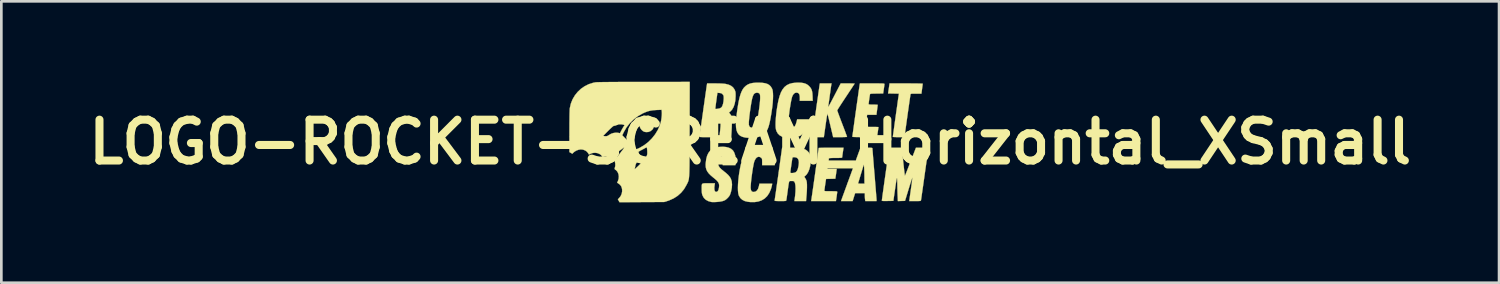
<source format=kicad_pcb>
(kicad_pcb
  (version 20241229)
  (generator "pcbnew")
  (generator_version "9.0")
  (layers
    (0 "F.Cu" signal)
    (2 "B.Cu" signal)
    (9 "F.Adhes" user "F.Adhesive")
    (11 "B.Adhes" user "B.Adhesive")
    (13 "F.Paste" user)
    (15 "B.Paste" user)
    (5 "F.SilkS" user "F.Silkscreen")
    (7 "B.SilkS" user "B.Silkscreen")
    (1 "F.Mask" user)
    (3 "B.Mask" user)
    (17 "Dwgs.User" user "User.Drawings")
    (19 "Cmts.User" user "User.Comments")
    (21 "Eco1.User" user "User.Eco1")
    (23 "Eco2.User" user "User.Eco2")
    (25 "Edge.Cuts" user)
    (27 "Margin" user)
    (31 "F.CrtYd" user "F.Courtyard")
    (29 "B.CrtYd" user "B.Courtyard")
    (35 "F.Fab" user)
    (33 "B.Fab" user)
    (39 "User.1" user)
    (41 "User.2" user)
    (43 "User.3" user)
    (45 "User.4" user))
  (footprint "LOGO-ROCKET-SCREAM_Horizontal_XSmall"
    (layer "F.Cu")
    (at 24.936 2.249)
    (property "Reference" "LOGO-ROCKET-SCREAM_Horizontal_XSmall" (at 0 0 0) (layer "F.SilkS") (effects (font (size 1.524 1.524) (thickness 0.3))))
    (attr through_hole)
    (fp_poly (pts (xy -3.814 -0.914) (xy -3.732 -0.889) (xy -3.729 -0.887) (xy -3.665 -0.842) (xy -3.618 -0.779) (xy -3.591 -0.706) (xy -3.584 -0.628) (xy -3.598 -0.552) (xy -3.635 -0.483) (xy -3.645 -0.47) (xy -3.714 -0.411) (xy -3.794 -0.377) (xy -3.881 -0.371) (xy -3.948 -0.383) (xy -4.002 -0.41) (xy -4.054 -0.457) (xy -4.096 -0.515) (xy -4.119 -0.568) (xy -4.13 -0.651) (xy -4.116 -0.729) (xy -4.082 -0.797) (xy -4.031 -0.852) (xy -3.967 -0.892) (xy -3.893 -0.914) (xy -3.814 -0.914)) (stroke (width 0.01) (type solid)) (fill yes) (layer "F.SilkS"))
    (fp_poly (pts (xy 5.945 -2.187) (xy 6.065 -2.186) (xy 6.173 -2.185) (xy 6.266 -2.184) (xy 6.342 -2.182) (xy 6.397 -2.18) (xy 6.428 -2.178) (xy 6.435 -2.177) (xy 6.433 -2.159) (xy 6.429 -2.12) (xy 6.421 -2.064) (xy 6.412 -1.996) (xy 6.411 -1.986) (xy 6.387 -1.806) (xy 6.187 -1.806) (xy 6.108 -1.806) (xy 6.053 -1.805) (xy 6.017 -1.803) (xy 5.996 -1.798) (xy 5.985 -1.791) (xy 5.98 -1.78) (xy 5.979 -1.774) (xy 5.975 -1.755) (xy 5.969 -1.71) (xy 5.959 -1.642) (xy 5.946 -1.555) (xy 5.931 -1.45) (xy 5.914 -1.33) (xy 5.895 -1.198) (xy 5.875 -1.057) (xy 5.862 -0.963) (xy 5.753 -0.183) (xy 5.536 -0.183) (xy 5.462 -0.184) (xy 5.398 -0.186) (xy 5.351 -0.188) (xy 5.324 -0.192) (xy 5.32 -0.194) (xy 5.322 -0.21) (xy 5.327 -0.251) (xy 5.336 -0.313) (xy 5.347 -0.394) (xy 5.361 -0.491) (xy 5.376 -0.6) (xy 5.392 -0.719) (xy 5.41 -0.844) (xy 5.428 -0.972) (xy 5.446 -1.101) (xy 5.464 -1.226) (xy 5.481 -1.345) (xy 5.496 -1.456) (xy 5.51 -1.554) (xy 5.522 -1.636) (xy 5.532 -1.7) (xy 5.538 -1.743) (xy 5.541 -1.76) (xy 5.549 -1.805) (xy 5.346 -1.809) (xy 5.143 -1.813) (xy 5.198 -2.187) (xy 5.816 -2.187) (xy 5.945 -2.187)) (stroke (width 0.01) (type solid)) (fill yes) (layer "F.SilkS"))
    (fp_poly (pts (xy 4.421 0.212) (xy 4.481 0.213) (xy 4.521 0.216) (xy 4.545 0.22) (xy 4.556 0.227) (xy 4.558 0.233) (xy 4.559 0.251) (xy 4.562 0.294) (xy 4.568 0.36) (xy 4.575 0.448) (xy 4.583 0.554) (xy 4.593 0.676) (xy 4.604 0.813) (xy 4.616 0.96) (xy 4.629 1.117) (xy 4.636 1.193) (xy 4.649 1.354) (xy 4.661 1.507) (xy 4.673 1.65) (xy 4.683 1.78) (xy 4.693 1.896) (xy 4.7 1.994) (xy 4.707 2.073) (xy 4.711 2.129) (xy 4.713 2.161) (xy 4.713 2.166) (xy 4.713 2.201) (xy 4.293 2.201) (xy 4.285 2.148) (xy 4.28 2.106) (xy 4.277 2.049) (xy 4.276 2) (xy 4.276 1.905) (xy 3.914 1.905) (xy 3.821 2.201) (xy 3.388 2.201) (xy 3.44 2.056) (xy 3.454 2.017) (xy 3.477 1.954) (xy 3.508 1.87) (xy 3.545 1.768) (xy 3.588 1.65) (xy 3.63 1.535) (xy 4.025 1.535) (xy 4.029 1.544) (xy 4.052 1.549) (xy 4.097 1.552) (xy 4.14 1.552) (xy 4.262 1.552) (xy 4.26 1.295) (xy 4.259 1.203) (xy 4.257 1.113) (xy 4.254 1.031) (xy 4.251 0.965) (xy 4.249 0.931) (xy 4.24 0.826) (xy 4.136 1.171) (xy 4.107 1.266) (xy 4.081 1.352) (xy 4.059 1.426) (xy 4.041 1.483) (xy 4.029 1.521) (xy 4.025 1.535) (xy 3.63 1.535) (xy 3.635 1.52) (xy 3.687 1.379) (xy 3.741 1.232) (xy 3.796 1.08) (xy 3.803 1.061) (xy 4.113 0.212) (xy 4.336 0.212) (xy 4.421 0.212)) (stroke (width 0.01) (type solid)) (fill yes) (layer "F.SilkS"))
    (fp_poly (pts (xy 0.476 0.178) (xy 0.505 0.182) (xy 0.626 0.21) (xy 0.726 0.257) (xy 0.805 0.322) (xy 0.865 0.407) (xy 0.889 0.461) (xy 0.911 0.542) (xy 0.926 0.636) (xy 0.93 0.729) (xy 0.925 0.796) (xy 0.915 0.861) (xy 0.445 0.861) (xy 0.445 0.74) (xy 0.444 0.68) (xy 0.441 0.642) (xy 0.434 0.617) (xy 0.421 0.599) (xy 0.405 0.584) (xy 0.352 0.554) (xy 0.3 0.55) (xy 0.251 0.571) (xy 0.206 0.617) (xy 0.167 0.686) (xy 0.148 0.738) (xy 0.133 0.799) (xy 0.116 0.881) (xy 0.099 0.979) (xy 0.081 1.088) (xy 0.065 1.204) (xy 0.049 1.32) (xy 0.036 1.431) (xy 0.026 1.534) (xy 0.019 1.621) (xy 0.016 1.69) (xy 0.017 1.719) (xy 0.028 1.788) (xy 0.051 1.833) (xy 0.088 1.857) (xy 0.132 1.862) (xy 0.197 1.849) (xy 0.25 1.81) (xy 0.292 1.746) (xy 0.322 1.655) (xy 0.327 1.633) (xy 0.344 1.552) (xy 0.821 1.552) (xy 0.811 1.611) (xy 0.801 1.655) (xy 0.785 1.713) (xy 0.769 1.765) (xy 0.71 1.9) (xy 0.634 2.013) (xy 0.541 2.104) (xy 0.432 2.172) (xy 0.306 2.217) (xy 0.164 2.24) (xy 0.007 2.239) (xy -0.088 2.228) (xy -0.202 2.201) (xy -0.296 2.154) (xy -0.369 2.088) (xy -0.42 2.004) (xy -0.432 1.974) (xy -0.448 1.904) (xy -0.457 1.81) (xy -0.459 1.698) (xy -0.455 1.572) (xy -0.444 1.435) (xy -0.429 1.292) (xy -0.409 1.146) (xy -0.384 1.003) (xy -0.356 0.866) (xy -0.325 0.74) (xy -0.292 0.628) (xy -0.256 0.536) (xy -0.245 0.512) (xy -0.184 0.413) (xy -0.106 0.328) (xy -0.019 0.262) (xy 0.048 0.229) (xy 0.143 0.201) (xy 0.254 0.183) (xy 0.368 0.175) (xy 0.476 0.178)) (stroke (width 0.01) (type solid)) (fill yes) (layer "F.SilkS"))
    (fp_poly (pts (xy 1.904 -2.213) (xy 2.001 -2.197) (xy 2.083 -2.169) (xy 2.153 -2.126) (xy 2.204 -2.079) (xy 2.25 -2.025) (xy 2.283 -1.969) (xy 2.305 -1.904) (xy 2.319 -1.824) (xy 2.325 -1.723) (xy 2.326 -1.711) (xy 2.331 -1.538) (xy 1.849 -1.538) (xy 1.851 -1.636) (xy 1.847 -1.719) (xy 1.832 -1.779) (xy 1.805 -1.818) (xy 1.778 -1.835) (xy 1.72 -1.845) (xy 1.665 -1.83) (xy 1.617 -1.789) (xy 1.578 -1.726) (xy 1.559 -1.675) (xy 1.542 -1.607) (xy 1.523 -1.518) (xy 1.504 -1.411) (xy 1.485 -1.295) (xy 1.467 -1.174) (xy 1.452 -1.054) (xy 1.439 -0.941) (xy 1.43 -0.841) (xy 1.426 -0.76) (xy 1.425 -0.739) (xy 1.428 -0.657) (xy 1.438 -0.6) (xy 1.457 -0.563) (xy 1.487 -0.543) (xy 1.53 -0.536) (xy 1.534 -0.536) (xy 1.588 -0.542) (xy 1.631 -0.56) (xy 1.666 -0.595) (xy 1.695 -0.649) (xy 1.721 -0.726) (xy 1.742 -0.808) (xy 1.75 -0.847) (xy 2.23 -0.847) (xy 2.222 -0.808) (xy 2.202 -0.73) (xy 2.177 -0.648) (xy 2.15 -0.57) (xy 2.124 -0.509) (xy 2.121 -0.502) (xy 2.077 -0.434) (xy 2.018 -0.362) (xy 1.95 -0.297) (xy 1.883 -0.246) (xy 1.863 -0.234) (xy 1.771 -0.196) (xy 1.659 -0.171) (xy 1.535 -0.158) (xy 1.405 -0.159) (xy 1.298 -0.171) (xy 1.19 -0.2) (xy 1.099 -0.25) (xy 1.029 -0.319) (xy 0.98 -0.406) (xy 0.959 -0.476) (xy 0.949 -0.552) (xy 0.946 -0.65) (xy 0.948 -0.767) (xy 0.957 -0.898) (xy 0.97 -1.04) (xy 0.988 -1.186) (xy 1.011 -1.334) (xy 1.038 -1.479) (xy 1.053 -1.552) (xy 1.096 -1.715) (xy 1.146 -1.851) (xy 1.207 -1.963) (xy 1.278 -2.052) (xy 1.364 -2.121) (xy 1.464 -2.17) (xy 1.581 -2.201) (xy 1.716 -2.215) (xy 1.784 -2.217) (xy 1.904 -2.213)) (stroke (width 0.01) (type solid)) (fill yes) (layer "F.SilkS"))
    (fp_poly (pts (xy 3.455 0.385) (xy 3.445 0.452) (xy 3.437 0.511) (xy 3.432 0.553) (xy 3.429 0.575) (xy 3.429 0.575) (xy 3.422 0.582) (xy 3.399 0.587) (xy 3.358 0.59) (xy 3.295 0.592) (xy 3.207 0.593) (xy 3.182 0.593) (xy 3.086 0.593) (xy 3.012 0.596) (xy 2.962 0.6) (xy 2.937 0.605) (xy 2.935 0.607) (xy 2.933 0.626) (xy 2.928 0.666) (xy 2.92 0.721) (xy 2.912 0.783) (xy 2.902 0.846) (xy 2.894 0.904) (xy 2.887 0.948) (xy 2.885 0.956) (xy 2.877 1.002) (xy 3.227 1.002) (xy 3.209 1.139) (xy 3.2 1.204) (xy 3.191 1.264) (xy 3.184 1.308) (xy 3.182 1.322) (xy 3.174 1.368) (xy 3.002 1.372) (xy 2.829 1.376) (xy 2.798 1.58) (xy 2.787 1.655) (xy 2.778 1.721) (xy 2.771 1.772) (xy 2.767 1.804) (xy 2.767 1.81) (xy 2.768 1.819) (xy 2.777 1.825) (xy 2.797 1.83) (xy 2.831 1.832) (xy 2.883 1.834) (xy 2.958 1.834) (xy 3.006 1.834) (xy 3.093 1.835) (xy 3.157 1.836) (xy 3.2 1.838) (xy 3.226 1.841) (xy 3.24 1.847) (xy 3.245 1.854) (xy 3.246 1.859) (xy 3.244 1.883) (xy 3.238 1.927) (xy 3.23 1.986) (xy 3.222 2.043) (xy 3.198 2.201) (xy 2.271 2.201) (xy 2.279 2.17) (xy 2.281 2.152) (xy 2.288 2.109) (xy 2.297 2.043) (xy 2.31 1.959) (xy 2.324 1.857) (xy 2.341 1.742) (xy 2.359 1.616) (xy 2.378 1.481) (xy 2.398 1.341) (xy 2.418 1.198) (xy 2.438 1.055) (xy 2.458 0.914) (xy 2.477 0.779) (xy 2.495 0.653) (xy 2.511 0.537) (xy 2.525 0.435) (xy 2.537 0.35) (xy 2.546 0.284) (xy 2.552 0.24) (xy 2.554 0.221) (xy 2.554 0.221) (xy 2.568 0.219) (xy 2.606 0.217) (xy 2.666 0.215) (xy 2.745 0.213) (xy 2.838 0.212) (xy 2.943 0.212) (xy 3.017 0.212) (xy 3.481 0.212) (xy 3.455 0.385)) (stroke (width 0.01) (type solid)) (fill yes) (layer "F.SilkS"))
    (fp_poly (pts (xy 0.442 -2.211) (xy 0.553 -2.195) (xy 0.642 -2.167) (xy 0.713 -2.126) (xy 0.769 -2.07) (xy 0.812 -1.997) (xy 0.828 -1.96) (xy 0.841 -1.903) (xy 0.849 -1.823) (xy 0.852 -1.722) (xy 0.849 -1.605) (xy 0.841 -1.477) (xy 0.827 -1.34) (xy 0.812 -1.228) (xy 0.786 -1.055) (xy 0.761 -0.908) (xy 0.737 -0.783) (xy 0.713 -0.678) (xy 0.689 -0.589) (xy 0.663 -0.514) (xy 0.635 -0.451) (xy 0.628 -0.438) (xy 0.58 -0.367) (xy 0.514 -0.299) (xy 0.44 -0.244) (xy 0.397 -0.221) (xy 0.311 -0.192) (xy 0.205 -0.171) (xy 0.088 -0.159) (xy -0.033 -0.156) (xy -0.149 -0.164) (xy -0.191 -0.17) (xy -0.287 -0.194) (xy -0.366 -0.23) (xy -0.429 -0.282) (xy -0.476 -0.35) (xy -0.509 -0.435) (xy -0.528 -0.541) (xy -0.534 -0.668) (xy -0.533 -0.691) (xy -0.053 -0.691) (xy -0.051 -0.645) (xy -0.05 -0.641) (xy -0.036 -0.599) (xy -0.015 -0.565) (xy -0.013 -0.564) (xy 0.026 -0.543) (xy 0.078 -0.537) (xy 0.133 -0.547) (xy 0.147 -0.553) (xy 0.172 -0.569) (xy 0.195 -0.598) (xy 0.216 -0.64) (xy 0.236 -0.697) (xy 0.255 -0.773) (xy 0.275 -0.869) (xy 0.296 -0.987) (xy 0.317 -1.13) (xy 0.333 -1.237) (xy 0.353 -1.399) (xy 0.366 -1.534) (xy 0.372 -1.642) (xy 0.37 -1.724) (xy 0.361 -1.779) (xy 0.348 -1.804) (xy 0.302 -1.835) (xy 0.245 -1.842) (xy 0.191 -1.829) (xy 0.162 -1.812) (xy 0.136 -1.786) (xy 0.114 -1.748) (xy 0.093 -1.696) (xy 0.073 -1.627) (xy 0.054 -1.538) (xy 0.034 -1.427) (xy 0.013 -1.291) (xy 0.009 -1.263) (xy -0.013 -1.11) (xy -0.03 -0.974) (xy -0.042 -0.857) (xy -0.05 -0.763) (xy -0.053 -0.691) (xy -0.533 -0.691) (xy -0.527 -0.818) (xy -0.516 -0.931) (xy -0.489 -1.148) (xy -0.461 -1.339) (xy -0.432 -1.505) (xy -0.4 -1.647) (xy -0.366 -1.768) (xy -0.328 -1.869) (xy -0.288 -1.951) (xy -0.243 -2.017) (xy -0.224 -2.039) (xy -0.157 -2.102) (xy -0.084 -2.149) (xy -0.000456 -2.183) (xy 0.098 -2.204) (xy 0.217 -2.215) (xy 0.308 -2.216) (xy 0.442 -2.211)) (stroke (width 0.01) (type solid)) (fill yes) (layer "F.SilkS"))
    (fp_poly (pts (xy -0.9 0.185) (xy -0.796 0.212) (xy -0.71 0.255) (xy -0.645 0.313) (xy -0.639 0.32) (xy -0.594 0.398) (xy -0.561 0.495) (xy -0.542 0.603) (xy -0.537 0.716) (xy -0.542 0.781) (xy -0.552 0.861) (xy -1.026 0.861) (xy -1.019 0.723) (xy -1.017 0.648) (xy -1.022 0.597) (xy -1.033 0.566) (xy -1.054 0.553) (xy -1.084 0.552) (xy -1.088 0.553) (xy -1.127 0.572) (xy -1.158 0.618) (xy -1.182 0.688) (xy -1.188 0.716) (xy -1.196 0.787) (xy -1.191 0.849) (xy -1.17 0.905) (xy -1.131 0.961) (xy -1.071 1.02) (xy -0.989 1.086) (xy -0.896 1.161) (xy -0.824 1.227) (xy -0.771 1.289) (xy -0.732 1.349) (xy -0.722 1.369) (xy -0.69 1.467) (xy -0.679 1.581) (xy -0.687 1.709) (xy -0.715 1.848) (xy -0.737 1.919) (xy -0.759 1.977) (xy -0.789 2.026) (xy -0.832 2.076) (xy -0.847 2.091) (xy -0.896 2.136) (xy -0.939 2.167) (xy -0.988 2.189) (xy -1.024 2.201) (xy -1.082 2.214) (xy -1.156 2.226) (xy -1.238 2.234) (xy -1.32 2.239) (xy -1.392 2.24) (xy -1.447 2.236) (xy -1.453 2.235) (xy -1.567 2.202) (xy -1.659 2.151) (xy -1.73 2.082) (xy -1.778 1.995) (xy -1.779 1.992) (xy -1.794 1.947) (xy -1.803 1.9) (xy -1.808 1.843) (xy -1.81 1.767) (xy -1.81 1.756) (xy -1.81 1.678) (xy -1.809 1.622) (xy -1.802 1.583) (xy -1.787 1.558) (xy -1.758 1.545) (xy -1.713 1.539) (xy -1.647 1.538) (xy -1.556 1.538) (xy -1.317 1.538) (xy -1.328 1.605) (xy -1.339 1.7) (xy -1.336 1.774) (xy -1.322 1.826) (xy -1.295 1.855) (xy -1.257 1.859) (xy -1.251 1.858) (xy -1.212 1.833) (xy -1.184 1.784) (xy -1.166 1.707) (xy -1.162 1.673) (xy -1.159 1.613) (xy -1.166 1.561) (xy -1.186 1.513) (xy -1.22 1.465) (xy -1.271 1.413) (xy -1.343 1.351) (xy -1.377 1.325) (xy -1.476 1.241) (xy -1.551 1.165) (xy -1.605 1.09) (xy -1.64 1.014) (xy -1.659 0.932) (xy -1.663 0.838) (xy -1.66 0.791) (xy -1.642 0.64) (xy -1.609 0.514) (xy -1.561 0.409) (xy -1.497 0.326) (xy -1.414 0.262) (xy -1.313 0.216) (xy -1.193 0.187) (xy -1.152 0.182) (xy -1.02 0.175) (xy -0.9 0.185)) (stroke (width 0.01) (type solid)) (fill yes) (layer "F.SilkS"))
    (fp_poly (pts (xy 4.677 -2.187) (xy 4.778 -2.187) (xy 4.856 -2.186) (xy 4.914 -2.185) (xy 4.955 -2.183) (xy 4.983 -2.18) (xy 4.999 -2.176) (xy 5.006 -2.17) (xy 5.008 -2.164) (xy 5.008 -2.163) (xy 5.006 -2.139) (xy 5 -2.095) (xy 4.992 -2.035) (xy 4.983 -1.976) (xy 4.96 -1.813) (xy 4.717 -1.809) (xy 4.629 -1.808) (xy 4.565 -1.806) (xy 4.521 -1.804) (xy 4.493 -1.8) (xy 4.478 -1.794) (xy 4.47 -1.786) (xy 4.467 -1.775) (xy 4.467 -1.774) (xy 4.461 -1.744) (xy 4.454 -1.696) (xy 4.445 -1.637) (xy 4.436 -1.573) (xy 4.428 -1.511) (xy 4.421 -1.46) (xy 4.417 -1.426) (xy 4.417 -1.418) (xy 4.421 -1.409) (xy 4.438 -1.403) (xy 4.47 -1.399) (xy 4.523 -1.397) (xy 4.586 -1.397) (xy 4.652 -1.396) (xy 4.705 -1.394) (xy 4.742 -1.391) (xy 4.756 -1.387) (xy 4.756 -1.386) (xy 4.754 -1.369) (xy 4.749 -1.33) (xy 4.742 -1.273) (xy 4.733 -1.206) (xy 4.732 -1.196) (xy 4.708 -1.016) (xy 4.362 -1.016) (xy 4.354 -0.97) (xy 4.347 -0.926) (xy 4.338 -0.867) (xy 4.329 -0.801) (xy 4.32 -0.734) (xy 4.312 -0.672) (xy 4.307 -0.623) (xy 4.304 -0.594) (xy 4.304 -0.59) (xy 4.306 -0.581) (xy 4.314 -0.574) (xy 4.332 -0.569) (xy 4.364 -0.567) (xy 4.415 -0.565) (xy 4.487 -0.565) (xy 4.544 -0.564) (xy 4.623 -0.564) (xy 4.69 -0.563) (xy 4.743 -0.562) (xy 4.775 -0.56) (xy 4.784 -0.558) (xy 4.782 -0.539) (xy 4.776 -0.5) (xy 4.769 -0.447) (xy 4.76 -0.386) (xy 4.751 -0.326) (xy 4.743 -0.272) (xy 4.737 -0.233) (xy 4.734 -0.215) (xy 4.727 -0.183) (xy 4.268 -0.183) (xy 4.131 -0.184) (xy 4.02 -0.185) (xy 3.934 -0.187) (xy 3.872 -0.189) (xy 3.832 -0.192) (xy 3.813 -0.197) (xy 3.81 -0.199) (xy 3.812 -0.216) (xy 3.817 -0.258) (xy 3.826 -0.322) (xy 3.838 -0.406) (xy 3.852 -0.507) (xy 3.868 -0.622) (xy 3.885 -0.748) (xy 3.904 -0.883) (xy 3.924 -1.024) (xy 3.944 -1.167) (xy 3.964 -1.311) (xy 3.984 -1.452) (xy 4.004 -1.588) (xy 4.022 -1.715) (xy 4.038 -1.832) (xy 4.053 -1.935) (xy 4.066 -2.022) (xy 4.076 -2.089) (xy 4.082 -2.134) (xy 4.086 -2.155) (xy 4.086 -2.155) (xy 4.093 -2.187) (xy 4.551 -2.187) (xy 4.677 -2.187)) (stroke (width 0.01) (type solid)) (fill yes) (layer "F.SilkS"))
    (fp_poly (pts (xy 5.708 0.734) (xy 5.721 0.852) (xy 5.733 0.96) (xy 5.744 1.057) (xy 5.754 1.137) (xy 5.762 1.199) (xy 5.767 1.24) (xy 5.771 1.256) (xy 5.771 1.256) (xy 5.778 1.243) (xy 5.793 1.208) (xy 5.816 1.154) (xy 5.844 1.084) (xy 5.876 1.002) (xy 5.897 0.949) (xy 5.937 0.845) (xy 5.98 0.733) (xy 6.023 0.623) (xy 6.063 0.522) (xy 6.095 0.438) (xy 6.099 0.427) (xy 6.183 0.212) (xy 6.415 0.212) (xy 6.492 0.212) (xy 6.558 0.214) (xy 6.609 0.216) (xy 6.64 0.218) (xy 6.646 0.22) (xy 6.644 0.237) (xy 6.639 0.278) (xy 6.63 0.342) (xy 6.619 0.425) (xy 6.605 0.525) (xy 6.589 0.639) (xy 6.571 0.765) (xy 6.552 0.899) (xy 6.532 1.039) (xy 6.512 1.182) (xy 6.492 1.325) (xy 6.472 1.466) (xy 6.453 1.602) (xy 6.435 1.729) (xy 6.418 1.845) (xy 6.403 1.948) (xy 6.391 2.035) (xy 6.381 2.102) (xy 6.374 2.148) (xy 6.371 2.169) (xy 6.371 2.17) (xy 6.367 2.182) (xy 6.36 2.19) (xy 6.344 2.196) (xy 6.316 2.199) (xy 6.271 2.201) (xy 6.205 2.201) (xy 6.148 2.201) (xy 5.932 2.201) (xy 5.993 1.774) (xy 6.008 1.667) (xy 6.022 1.569) (xy 6.033 1.482) (xy 6.042 1.411) (xy 6.048 1.36) (xy 6.05 1.331) (xy 6.05 1.327) (xy 6.045 1.335) (xy 6.033 1.367) (xy 6.015 1.42) (xy 5.992 1.491) (xy 5.964 1.577) (xy 5.934 1.676) (xy 5.911 1.75) (xy 5.775 2.194) (xy 5.641 2.198) (xy 5.508 2.202) (xy 5.499 2.001) (xy 5.495 1.906) (xy 5.492 1.796) (xy 5.489 1.685) (xy 5.488 1.587) (xy 5.487 1.51) (xy 5.485 1.441) (xy 5.482 1.385) (xy 5.478 1.348) (xy 5.477 1.341) (xy 5.472 1.343) (xy 5.464 1.373) (xy 5.453 1.429) (xy 5.439 1.512) (xy 5.423 1.619) (xy 5.404 1.75) (xy 5.34 2.194) (xy 5.126 2.198) (xy 5.04 2.199) (xy 4.978 2.199) (xy 4.939 2.196) (xy 4.917 2.191) (xy 4.91 2.184) (xy 4.91 2.184) (xy 4.912 2.167) (xy 4.918 2.125) (xy 4.927 2.059) (xy 4.938 1.973) (xy 4.953 1.867) (xy 4.97 1.745) (xy 4.989 1.609) (xy 5.009 1.461) (xy 5.032 1.303) (xy 5.048 1.189) (xy 5.185 0.212) (xy 5.653 0.212) (xy 5.708 0.734)) (stroke (width 0.01) (type solid)) (fill yes) (layer "F.SilkS"))
    (fp_poly (pts (xy -1.169 -2.186) (xy -1.052 -2.181) (xy -0.962 -2.174) (xy -0.912 -2.167) (xy -0.8 -2.138) (xy -0.711 -2.096) (xy -0.642 -2.041) (xy -0.591 -1.97) (xy -0.58 -1.949) (xy -0.564 -1.91) (xy -0.553 -1.876) (xy -0.547 -1.836) (xy -0.545 -1.785) (xy -0.545 -1.714) (xy -0.554 -1.561) (xy -0.58 -1.425) (xy -0.62 -1.308) (xy -0.675 -1.212) (xy -0.744 -1.139) (xy -0.763 -1.124) (xy -0.794 -1.102) (xy -0.758 -1.06) (xy -0.728 -1.016) (xy -0.705 -0.967) (xy -0.703 -0.963) (xy -0.694 -0.919) (xy -0.688 -0.851) (xy -0.685 -0.761) (xy -0.685 -0.654) (xy -0.689 -0.533) (xy -0.696 -0.401) (xy -0.697 -0.377) (xy -0.71 -0.183) (xy -1.143 -0.183) (xy -1.143 -0.219) (xy -1.141 -0.246) (xy -1.137 -0.295) (xy -1.13 -0.359) (xy -1.122 -0.431) (xy -1.12 -0.442) (xy -1.107 -0.588) (xy -1.104 -0.709) (xy -1.113 -0.805) (xy -1.134 -0.877) (xy -1.137 -0.883) (xy -1.153 -0.913) (xy -1.168 -0.93) (xy -1.192 -0.938) (xy -1.232 -0.941) (xy -1.257 -0.943) (xy -1.35 -0.947) (xy -1.458 -0.183) (xy -1.674 -0.183) (xy -1.749 -0.184) (xy -1.812 -0.185) (xy -1.86 -0.188) (xy -1.887 -0.191) (xy -1.891 -0.192) (xy -1.889 -0.208) (xy -1.883 -0.248) (xy -1.875 -0.311) (xy -1.863 -0.394) (xy -1.849 -0.494) (xy -1.833 -0.608) (xy -1.816 -0.733) (xy -1.797 -0.866) (xy -1.777 -1.006) (xy -1.757 -1.149) (xy -1.744 -1.238) (xy -1.302 -1.238) (xy -1.302 -1.236) (xy -1.284 -1.234) (xy -1.249 -1.236) (xy -1.204 -1.243) (xy -1.159 -1.251) (xy -1.133 -1.258) (xy -1.092 -1.28) (xy -1.059 -1.312) (xy -1.034 -1.362) (xy -1.012 -1.432) (xy -0.997 -1.514) (xy -0.989 -1.601) (xy -0.988 -1.633) (xy -0.989 -1.688) (xy -0.994 -1.725) (xy -1.005 -1.751) (xy -1.026 -1.778) (xy -1.028 -1.78) (xy -1.057 -1.808) (xy -1.09 -1.823) (xy -1.137 -1.83) (xy -1.145 -1.831) (xy -1.223 -1.838) (xy -1.265 -1.539) (xy -1.277 -1.451) (xy -1.287 -1.373) (xy -1.295 -1.308) (xy -1.301 -1.262) (xy -1.302 -1.238) (xy -1.744 -1.238) (xy -1.737 -1.292) (xy -1.717 -1.433) (xy -1.698 -1.568) (xy -1.68 -1.696) (xy -1.663 -1.813) (xy -1.648 -1.917) (xy -1.636 -2.004) (xy -1.626 -2.072) (xy -1.619 -2.119) (xy -1.615 -2.141) (xy -1.615 -2.141) (xy -1.607 -2.187) (xy -1.313 -2.187) (xy -1.169 -2.186)) (stroke (width 0.01) (type solid)) (fill yes) (layer "F.SilkS"))
    (fp_poly (pts (xy 3.027 -2.155) (xy 3.024 -2.133) (xy 3.017 -2.087) (xy 3.007 -2.021) (xy 2.996 -1.94) (xy 2.983 -1.847) (xy 2.97 -1.757) (xy 2.957 -1.656) (xy 2.944 -1.563) (xy 2.932 -1.481) (xy 2.923 -1.414) (xy 2.916 -1.368) (xy 2.912 -1.348) (xy 2.909 -1.32) (xy 2.917 -1.318) (xy 2.918 -1.319) (xy 2.928 -1.335) (xy 2.949 -1.372) (xy 2.98 -1.429) (xy 3.019 -1.502) (xy 3.064 -1.587) (xy 3.114 -1.683) (xy 3.154 -1.76) (xy 3.376 -2.187) (xy 3.635 -2.187) (xy 3.718 -2.187) (xy 3.789 -2.186) (xy 3.845 -2.184) (xy 3.882 -2.182) (xy 3.895 -2.18) (xy 3.887 -2.167) (xy 3.865 -2.133) (xy 3.831 -2.081) (xy 3.787 -2.013) (xy 3.732 -1.931) (xy 3.671 -1.838) (xy 3.603 -1.736) (xy 3.57 -1.686) (xy 3.5 -1.581) (xy 3.436 -1.483) (xy 3.378 -1.395) (xy 3.329 -1.318) (xy 3.289 -1.256) (xy 3.262 -1.211) (xy 3.247 -1.186) (xy 3.246 -1.182) (xy 3.251 -1.165) (xy 3.265 -1.125) (xy 3.286 -1.065) (xy 3.315 -0.987) (xy 3.349 -0.896) (xy 3.388 -0.793) (xy 3.429 -0.686) (xy 3.471 -0.576) (xy 3.51 -0.474) (xy 3.544 -0.384) (xy 3.572 -0.307) (xy 3.594 -0.249) (xy 3.608 -0.21) (xy 3.612 -0.195) (xy 3.599 -0.191) (xy 3.562 -0.188) (xy 3.505 -0.186) (xy 3.434 -0.184) (xy 3.353 -0.183) (xy 3.094 -0.183) (xy 3.044 -0.392) (xy 3.022 -0.484) (xy 2.997 -0.592) (xy 2.97 -0.704) (xy 2.946 -0.807) (xy 2.941 -0.829) (xy 2.923 -0.905) (xy 2.906 -0.97) (xy 2.892 -1.021) (xy 2.883 -1.051) (xy 2.879 -1.058) (xy 2.875 -1.045) (xy 2.868 -1.007) (xy 2.858 -0.948) (xy 2.846 -0.87) (xy 2.832 -0.779) (xy 2.817 -0.675) (xy 2.809 -0.621) (xy 2.747 -0.183) (xy 2.531 -0.183) (xy 2.456 -0.184) (xy 2.393 -0.186) (xy 2.345 -0.188) (xy 2.318 -0.191) (xy 2.314 -0.193) (xy 2.316 -0.208) (xy 2.322 -0.249) (xy 2.33 -0.312) (xy 2.342 -0.394) (xy 2.356 -0.494) (xy 2.372 -0.608) (xy 2.389 -0.733) (xy 2.408 -0.867) (xy 2.428 -1.006) (xy 2.448 -1.149) (xy 2.468 -1.292) (xy 2.488 -1.433) (xy 2.508 -1.568) (xy 2.526 -1.696) (xy 2.542 -1.813) (xy 2.557 -1.916) (xy 2.57 -2.004) (xy 2.579 -2.072) (xy 2.586 -2.119) (xy 2.59 -2.141) (xy 2.59 -2.141) (xy 2.598 -2.187) (xy 3.034 -2.187) (xy 3.027 -2.155)) (stroke (width 0.01) (type solid)) (fill yes) (layer "F.SilkS"))
    (fp_poly (pts (xy 1.501 0.212) (xy 1.643 0.213) (xy 1.76 0.218) (xy 1.856 0.225) (xy 1.935 0.238) (xy 1.999 0.255) (xy 2.053 0.278) (xy 2.101 0.308) (xy 2.143 0.344) (xy 2.19 0.395) (xy 2.222 0.451) (xy 2.242 0.516) (xy 2.253 0.6) (xy 2.255 0.637) (xy 2.253 0.769) (xy 2.236 0.896) (xy 2.205 1.014) (xy 2.163 1.118) (xy 2.11 1.203) (xy 2.073 1.243) (xy 2.017 1.295) (xy 2.053 1.348) (xy 2.079 1.395) (xy 2.1 1.445) (xy 2.103 1.455) (xy 2.112 1.512) (xy 2.117 1.593) (xy 2.117 1.696) (xy 2.113 1.818) (xy 2.104 1.954) (xy 2.101 1.987) (xy 2.083 2.201) (xy 1.649 2.201) (xy 1.656 2.148) (xy 1.676 1.995) (xy 1.688 1.856) (xy 1.692 1.735) (xy 1.688 1.633) (xy 1.676 1.553) (xy 1.66 1.506) (xy 1.645 1.478) (xy 1.629 1.462) (xy 1.605 1.455) (xy 1.565 1.453) (xy 1.544 1.453) (xy 1.515 1.453) (xy 1.493 1.452) (xy 1.476 1.455) (xy 1.463 1.464) (xy 1.452 1.483) (xy 1.443 1.515) (xy 1.434 1.562) (xy 1.424 1.628) (xy 1.412 1.715) (xy 1.397 1.827) (xy 1.384 1.92) (xy 1.372 2.004) (xy 1.362 2.075) (xy 1.354 2.13) (xy 1.348 2.163) (xy 1.347 2.17) (xy 1.343 2.182) (xy 1.336 2.19) (xy 1.321 2.196) (xy 1.293 2.199) (xy 1.248 2.201) (xy 1.183 2.201) (xy 1.122 2.201) (xy 1.036 2.201) (xy 0.974 2.199) (xy 0.935 2.196) (xy 0.914 2.191) (xy 0.91 2.184) (xy 0.91 2.184) (xy 0.913 2.167) (xy 0.919 2.125) (xy 0.929 2.059) (xy 0.941 1.973) (xy 0.957 1.867) (xy 0.974 1.745) (xy 0.993 1.609) (xy 1.014 1.461) (xy 1.037 1.303) (xy 1.053 1.189) (xy 1.06 1.139) (xy 1.496 1.139) (xy 1.508 1.151) (xy 1.54 1.156) (xy 1.583 1.155) (xy 1.63 1.148) (xy 1.674 1.136) (xy 1.7 1.123) (xy 1.74 1.082) (xy 1.772 1.016) (xy 1.796 0.923) (xy 1.807 0.861) (xy 1.815 0.759) (xy 1.806 0.68) (xy 1.78 0.622) (xy 1.737 0.585) (xy 1.676 0.567) (xy 1.641 0.564) (xy 1.602 0.567) (xy 1.582 0.577) (xy 1.574 0.596) (xy 1.569 0.622) (xy 1.561 0.669) (xy 1.552 0.731) (xy 1.541 0.804) (xy 1.53 0.881) (xy 1.519 0.958) (xy 1.509 1.027) (xy 1.502 1.085) (xy 1.497 1.124) (xy 1.496 1.139) (xy 1.06 1.139) (xy 1.19 0.212) (xy 1.501 0.212)) (stroke (width 0.01) (type solid)) (fill yes) (layer "F.SilkS"))
    (fp_poly (pts (xy -2.261 -0.469) (xy -2.262 -0.204) (xy -2.262 0.034) (xy -2.263 0.247) (xy -2.264 0.437) (xy -2.264 0.604) (xy -2.265 0.752) (xy -2.266 0.88) (xy -2.268 0.991) (xy -2.27 1.087) (xy -2.273 1.169) (xy -2.277 1.238) (xy -2.281 1.296) (xy -2.286 1.344) (xy -2.292 1.385) (xy -2.3 1.42) (xy -2.308 1.45) (xy -2.317 1.477) (xy -2.328 1.502) (xy -2.34 1.528) (xy -2.354 1.555) (xy -2.369 1.585) (xy -2.378 1.602) (xy -2.467 1.755) (xy -2.578 1.89) (xy -2.709 2.007) (xy -2.858 2.102) (xy -3.025 2.177) (xy -3.083 2.196) (xy -3.21 2.236) (xy -4.043 2.24) (xy -4.875 2.245) (xy -4.906 2.19) (xy -4.937 2.135) (xy -4.89 2.089) (xy -4.834 2.018) (xy -4.796 1.934) (xy -4.778 1.844) (xy -4.78 1.754) (xy -4.803 1.672) (xy -4.815 1.649) (xy -4.842 1.61) (xy -4.874 1.577) (xy -4.92 1.544) (xy -4.963 1.517) (xy -4.959 1.505) (xy -4.946 1.475) (xy -4.935 1.453) (xy -4.909 1.373) (xy -4.902 1.284) (xy -4.914 1.198) (xy -4.943 1.126) (xy -4.973 1.083) (xy -5.008 1.047) (xy -5.024 1.035) (xy -5.054 1.01) (xy -5.054 1.009) (xy -4.312 1.009) (xy -4.305 1.008) (xy -4.282 0.99) (xy -4.244 0.956) (xy -4.194 0.91) (xy -4.136 0.853) (xy -4.116 0.834) (xy -4.041 0.759) (xy -3.984 0.699) (xy -3.942 0.652) (xy -3.911 0.612) (xy -3.889 0.577) (xy -3.873 0.546) (xy -3.854 0.501) (xy -3.843 0.463) (xy -3.839 0.421) (xy -3.84 0.366) (xy -3.841 0.337) (xy -3.845 0.28) (xy -3.85 0.234) (xy -3.855 0.207) (xy -3.857 0.202) (xy -3.874 0.203) (xy -3.905 0.216) (xy -3.92 0.224) (xy -3.958 0.246) (xy -4.012 0.274) (xy -4.069 0.304) (xy -4.075 0.307) (xy -4.125 0.334) (xy -4.155 0.353) (xy -4.168 0.368) (xy -4.168 0.384) (xy -4.166 0.388) (xy -4.161 0.415) (xy -4.158 0.462) (xy -4.156 0.517) (xy -4.156 0.522) (xy -4.168 0.628) (xy -4.202 0.718) (xy -4.247 0.783) (xy -4.263 0.812) (xy -4.278 0.858) (xy -4.287 0.896) (xy -4.297 0.947) (xy -4.306 0.989) (xy -4.312 1.009) (xy -5.054 1.009) (xy -5.058 0.988) (xy -5.033 0.89) (xy -5.035 0.796) (xy -5.043 0.76) (xy -5.064 0.687) (xy -4.948 0.537) (xy -4.873 0.441) (xy -4.813 0.364) (xy -4.8 0.346) (xy -4.205 0.346) (xy -4.198 0.353) (xy -4.191 0.346) (xy -4.198 0.339) (xy -4.205 0.346) (xy -4.8 0.346) (xy -4.769 0.305) (xy -4.737 0.262) (xy -4.716 0.232) (xy -4.705 0.213) (xy -4.702 0.204) (xy -4.703 0.203) (xy -4.716 0.209) (xy -4.747 0.23) (xy -4.793 0.263) (xy -4.851 0.305) (xy -4.916 0.353) (xy -4.985 0.405) (xy -5.054 0.459) (xy -5.12 0.511) (xy -5.138 0.525) (xy -5.172 0.549) (xy -5.196 0.558) (xy -5.223 0.552) (xy -5.229 0.55) (xy -5.278 0.539) (xy -5.341 0.535) (xy -5.406 0.538) (xy -5.459 0.547) (xy -5.468 0.55) (xy -5.494 0.558) (xy -5.512 0.555) (xy -5.529 0.534) (xy -5.546 0.505) (xy -5.566 0.484) (xy -5.601 0.458) (xy -5.627 0.441) (xy -5.703 0.411) (xy -5.789 0.4) (xy -5.876 0.408) (xy -5.951 0.434) (xy -5.986 0.453) (xy -6.01 0.464) (xy -6.015 0.466) (xy -6.023 0.455) (xy -6.04 0.427) (xy -6.045 0.417) (xy -6.09 0.36) (xy -6.156 0.314) (xy -6.236 0.283) (xy -6.24 0.282) (xy -6.322 0.274) (xy -6.411 0.289) (xy -6.497 0.323) (xy -6.573 0.373) (xy -6.602 0.4) (xy -6.636 0.436) (xy -6.69 0.405) (xy -6.745 0.374) (xy -6.745 -0.19) (xy -5.512 -0.19) (xy -5.51 -0.19) (xy -5.481 -0.197) (xy -5.435 -0.204) (xy -5.405 -0.208) (xy -5.339 -0.222) (xy -5.282 -0.252) (xy -4.774 -0.252) (xy -4.664 -0.141) (xy -4.554 -0.03) (xy -4.455 -0.1) (xy -4.393 -0.141) (xy -4.353 -0.163) (xy -4.333 -0.166) (xy -4.333 -0.15) (xy -4.352 -0.113) (xy -4.391 -0.056) (xy -4.396 -0.049) (xy -4.426 -0.005) (xy -4.448 0.03) (xy -4.459 0.05) (xy -4.459 0.052) (xy -4.45 0.066) (xy -4.425 0.095) (xy -4.389 0.132) (xy -4.349 0.173) (xy -4.309 0.212) (xy -4.274 0.244) (xy -4.25 0.264) (xy -4.243 0.268) (xy -4.226 0.262) (xy -4.189 0.246) (xy -4.141 0.223) (xy -4.115 0.211) (xy -3.954 0.116) (xy -3.803 -0.00048) (xy -3.667 -0.136) (xy -3.548 -0.286) (xy -3.45 -0.447) (xy -3.374 -0.617) (xy -3.338 -0.732) (xy -3.321 -0.811) (xy -3.308 -0.902) (xy -3.299 -0.993) (xy -3.296 -1.075) (xy -3.298 -1.127) (xy -3.306 -1.203) (xy -3.491 -1.196) (xy -3.619 -1.187) (xy -3.729 -1.17) (xy -3.833 -1.142) (xy -3.94 -1.101) (xy -4.016 -1.066) (xy -4.188 -0.967) (xy -4.347 -0.847) (xy -4.489 -0.707) (xy -4.612 -0.551) (xy -4.711 -0.383) (xy -4.723 -0.358) (xy -4.774 -0.252) (xy -5.282 -0.252) (xy -5.282 -0.252) (xy -5.267 -0.263) (xy -5.191 -0.308) (xy -5.103 -0.337) (xy -5.012 -0.35) (xy -4.927 -0.345) (xy -4.88 -0.332) (xy -4.864 -0.333) (xy -4.847 -0.352) (xy -4.825 -0.393) (xy -4.822 -0.399) (xy -4.794 -0.455) (xy -4.759 -0.518) (xy -4.737 -0.554) (xy -4.687 -0.633) (xy -4.73 -0.648) (xy -4.795 -0.661) (xy -4.875 -0.662) (xy -4.958 -0.653) (xy -5.033 -0.633) (xy -5.034 -0.633) (xy -5.064 -0.62) (xy -5.093 -0.604) (xy -5.126 -0.581) (xy -5.164 -0.548) (xy -5.213 -0.503) (xy -5.275 -0.443) (xy -5.327 -0.391) (xy -5.388 -0.33) (xy -5.439 -0.277) (xy -5.479 -0.234) (xy -5.504 -0.204) (xy -5.512 -0.19) (xy -6.745 -0.19) (xy -6.745 -0.395) (xy -6.744 -0.553) (xy -6.744 -0.703) (xy -6.742 -0.84) (xy -6.741 -0.964) (xy -6.739 -1.07) (xy -6.736 -1.156) (xy -6.734 -1.22) (xy -6.731 -1.259) (xy -6.73 -1.263) (xy -6.692 -1.431) (xy -6.629 -1.59) (xy -6.543 -1.737) (xy -6.437 -1.87) (xy -6.314 -1.986) (xy -6.174 -2.083) (xy -6.022 -2.159) (xy -5.858 -2.211) (xy -5.764 -2.229) (xy -5.734 -2.231) (xy -5.676 -2.233) (xy -5.592 -2.235) (xy -5.483 -2.237) (xy -5.348 -2.238) (xy -5.19 -2.24) (xy -5.009 -2.241) (xy -4.805 -2.242) (xy -4.581 -2.243) (xy -4.336 -2.243) (xy -4.071 -2.243) (xy -3.961 -2.243) (xy -2.257 -2.244) (xy -2.261 -0.469)) (stroke (width 0.01) (type solid)) (fill yes) (layer "F.SilkS")))
  (gr_rect
    (start -3 -3)
    (end 52.871 7.498)
    (stroke (width 0.1) (type default))
    (fill no)
    (layer "Edge.Cuts")))
</source>
